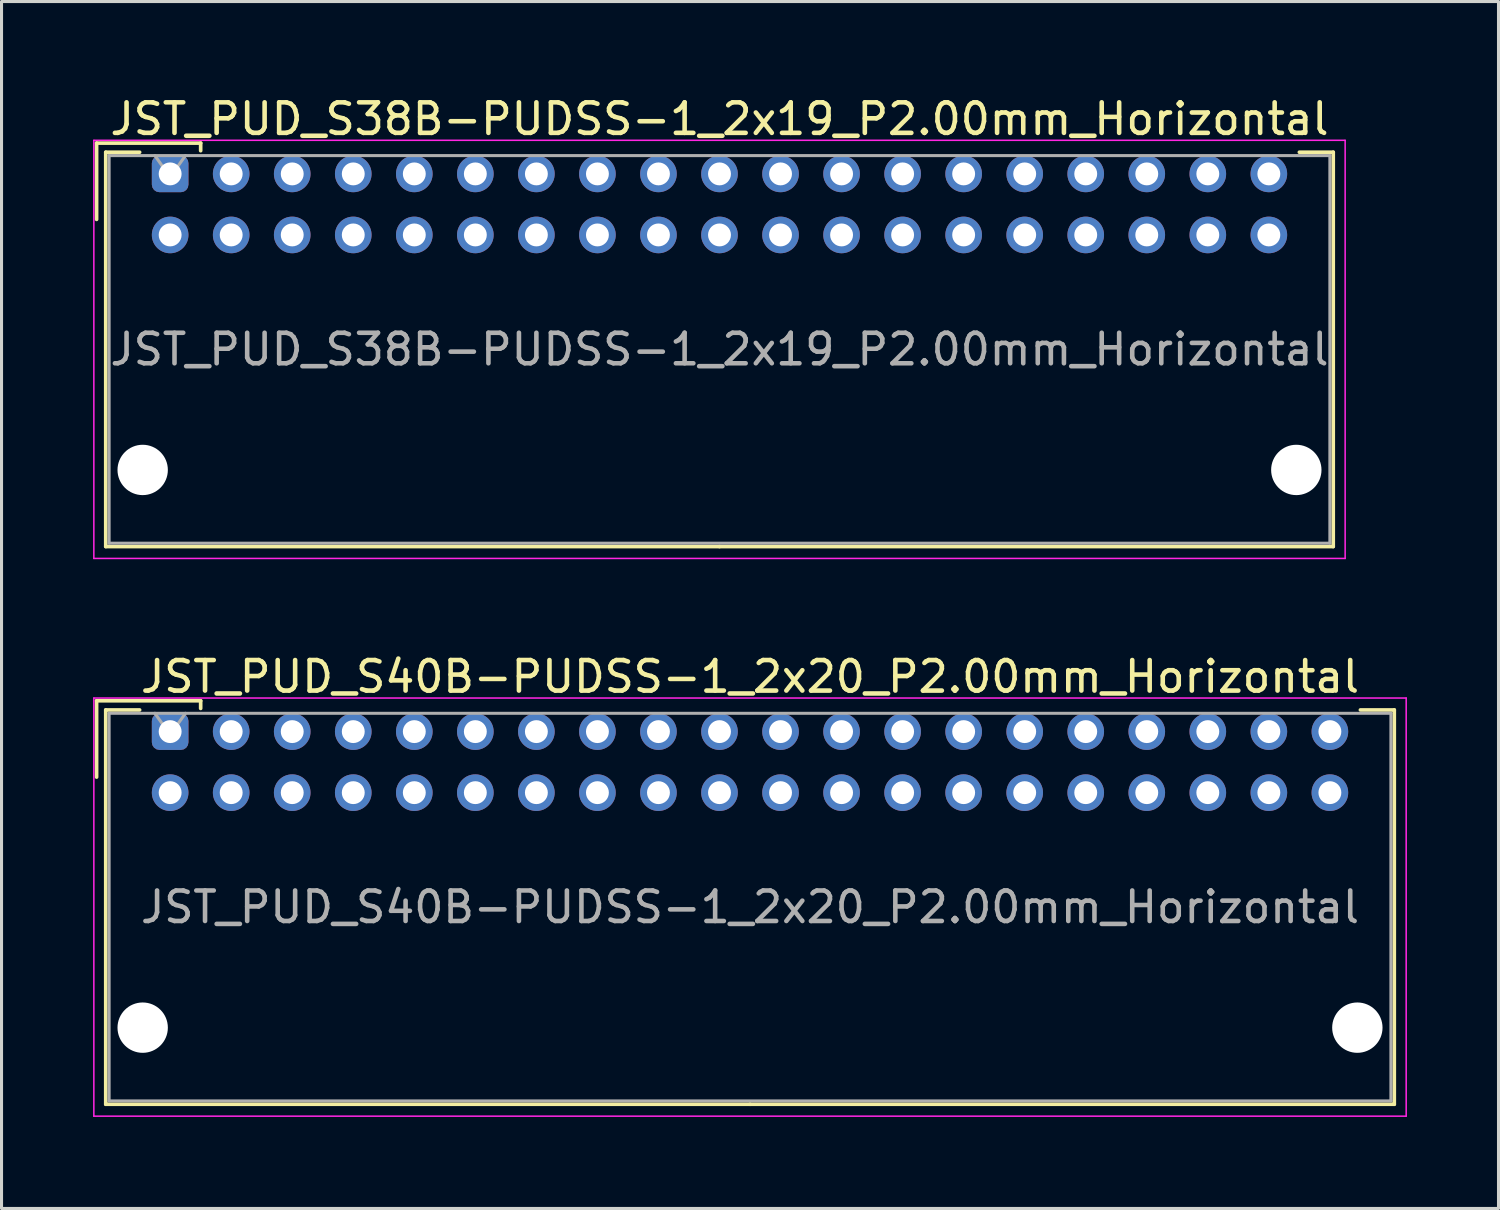
<source format=kicad_pcb>
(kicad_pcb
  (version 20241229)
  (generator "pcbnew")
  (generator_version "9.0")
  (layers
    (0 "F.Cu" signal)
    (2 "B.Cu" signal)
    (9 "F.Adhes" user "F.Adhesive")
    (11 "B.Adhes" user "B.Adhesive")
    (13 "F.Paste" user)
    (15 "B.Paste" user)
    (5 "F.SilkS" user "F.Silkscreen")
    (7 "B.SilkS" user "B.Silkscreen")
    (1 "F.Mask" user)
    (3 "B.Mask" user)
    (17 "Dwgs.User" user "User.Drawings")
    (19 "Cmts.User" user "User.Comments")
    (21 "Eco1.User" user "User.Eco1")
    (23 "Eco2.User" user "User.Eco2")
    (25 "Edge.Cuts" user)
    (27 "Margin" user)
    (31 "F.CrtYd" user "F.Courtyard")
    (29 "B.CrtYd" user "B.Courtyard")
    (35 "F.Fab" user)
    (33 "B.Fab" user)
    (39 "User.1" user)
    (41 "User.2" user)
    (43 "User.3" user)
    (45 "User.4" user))
  (footprint "JST_PUD_S40B-PUDSS-1_2x20_P2.00mm_Horizontal"
    (layer "F.Cu")
    (at 2.525 20.922)
    (property "Reference" "JST_PUD_S40B-PUDSS-1_2x20_P2.00mm_Horizontal" (at 19 -1.8 0) (layer "F.SilkS") (effects (font (size 1 1) (thickness 0.15))))
    (attr through_hole)
    (fp_line (start -2.41 -1.01) (end -2.41 1.49) (stroke (width 0.12) (type solid)) (layer "F.SilkS"))
    (fp_line (start -2.11 -0.71) (end -2.11 12.21) (stroke (width 0.12) (type solid)) (layer "F.SilkS"))
    (fp_line (start -2.11 12.21) (end 19 12.21) (stroke (width 0.12) (type solid)) (layer "F.SilkS"))
    (fp_line (start -1 -0.71) (end -2.11 -0.71) (stroke (width 0.12) (type solid)) (layer "F.SilkS"))
    (fp_line (start 1 -1.01) (end -2.41 -1.01) (stroke (width 0.12) (type solid)) (layer "F.SilkS"))
    (fp_line (start 1 -0.76) (end 1 -1.01) (stroke (width 0.12) (type solid)) (layer "F.SilkS"))
    (fp_line (start 39 -0.71) (end 40.11 -0.71) (stroke (width 0.12) (type solid)) (layer "F.SilkS"))
    (fp_line (start 40.11 -0.71) (end 40.11 12.21) (stroke (width 0.12) (type solid)) (layer "F.SilkS"))
    (fp_line (start 40.11 12.21) (end 19 12.21) (stroke (width 0.12) (type solid)) (layer "F.SilkS"))
    (fp_line (start -2.5 -1.1) (end -2.5 12.6) (stroke (width 0.05) (type solid)) (layer "F.CrtYd"))
    (fp_line (start -2.5 12.6) (end 40.5 12.6) (stroke (width 0.05) (type solid)) (layer "F.CrtYd"))
    (fp_line (start 40.5 -1.1) (end -2.5 -1.1) (stroke (width 0.05) (type solid)) (layer "F.CrtYd"))
    (fp_line (start 40.5 12.6) (end 40.5 -1.1) (stroke (width 0.05) (type solid)) (layer "F.CrtYd"))
    (fp_line (start -2 -0.6) (end -2 12.1) (stroke (width 0.1) (type solid)) (layer "F.Fab"))
    (fp_line (start -2 12.1) (end 40 12.1) (stroke (width 0.1) (type solid)) (layer "F.Fab"))
    (fp_line (start 0 0.107) (end -0.5 -0.6) (stroke (width 0.1) (type solid)) (layer "F.Fab"))
    (fp_line (start 0.5 -0.6) (end 0 0.107) (stroke (width 0.1) (type solid)) (layer "F.Fab"))
    (fp_line (start 40 -0.6) (end -2 -0.6) (stroke (width 0.1) (type solid)) (layer "F.Fab"))
    (fp_line (start 40 12.1) (end 40 -0.6) (stroke (width 0.1) (type solid)) (layer "F.Fab"))
    (fp_text user "${REFERENCE}" (at 19 5.75 0) (layer "F.Fab") (effects (font (size 1 1) (thickness 0.15))))
    (pad "" np_thru_hole circle (at -0.9 9.7) (size 1.65 1.65) (drill 1.65) (layers "*.Cu" "*.Mask"))
    (pad "" np_thru_hole circle (at 38.9 9.7) (size 1.65 1.65) (drill 1.65) (layers "*.Cu" "*.Mask"))
    (pad "1" thru_hole roundrect (at 0 0) (size 1.2 1.2) (drill 0.75) (layers "*.Cu" "*.Mask") (roundrect_rratio 0.208))
    (pad "2" thru_hole circle (at 0 2) (size 1.2 1.2) (drill 0.75) (layers "*.Cu" "*.Mask"))
    (pad "3" thru_hole circle (at 2 0) (size 1.2 1.2) (drill 0.75) (layers "*.Cu" "*.Mask"))
    (pad "4" thru_hole circle (at 2 2) (size 1.2 1.2) (drill 0.75) (layers "*.Cu" "*.Mask"))
    (pad "5" thru_hole circle (at 4 0) (size 1.2 1.2) (drill 0.75) (layers "*.Cu" "*.Mask"))
    (pad "6" thru_hole circle (at 4 2) (size 1.2 1.2) (drill 0.75) (layers "*.Cu" "*.Mask"))
    (pad "7" thru_hole circle (at 6 0) (size 1.2 1.2) (drill 0.75) (layers "*.Cu" "*.Mask"))
    (pad "8" thru_hole circle (at 6 2) (size 1.2 1.2) (drill 0.75) (layers "*.Cu" "*.Mask"))
    (pad "9" thru_hole circle (at 8 0) (size 1.2 1.2) (drill 0.75) (layers "*.Cu" "*.Mask"))
    (pad "10" thru_hole circle (at 8 2) (size 1.2 1.2) (drill 0.75) (layers "*.Cu" "*.Mask"))
    (pad "11" thru_hole circle (at 10 0) (size 1.2 1.2) (drill 0.75) (layers "*.Cu" "*.Mask"))
    (pad "12" thru_hole circle (at 10 2) (size 1.2 1.2) (drill 0.75) (layers "*.Cu" "*.Mask"))
    (pad "13" thru_hole circle (at 12 0) (size 1.2 1.2) (drill 0.75) (layers "*.Cu" "*.Mask"))
    (pad "14" thru_hole circle (at 12 2) (size 1.2 1.2) (drill 0.75) (layers "*.Cu" "*.Mask"))
    (pad "15" thru_hole circle (at 14 0) (size 1.2 1.2) (drill 0.75) (layers "*.Cu" "*.Mask"))
    (pad "16" thru_hole circle (at 14 2) (size 1.2 1.2) (drill 0.75) (layers "*.Cu" "*.Mask"))
    (pad "17" thru_hole circle (at 16 0) (size 1.2 1.2) (drill 0.75) (layers "*.Cu" "*.Mask"))
    (pad "18" thru_hole circle (at 16 2) (size 1.2 1.2) (drill 0.75) (layers "*.Cu" "*.Mask"))
    (pad "19" thru_hole circle (at 18 0) (size 1.2 1.2) (drill 0.75) (layers "*.Cu" "*.Mask"))
    (pad "20" thru_hole circle (at 18 2) (size 1.2 1.2) (drill 0.75) (layers "*.Cu" "*.Mask"))
    (pad "21" thru_hole circle (at 20 0) (size 1.2 1.2) (drill 0.75) (layers "*.Cu" "*.Mask"))
    (pad "22" thru_hole circle (at 20 2) (size 1.2 1.2) (drill 0.75) (layers "*.Cu" "*.Mask"))
    (pad "23" thru_hole circle (at 22 0) (size 1.2 1.2) (drill 0.75) (layers "*.Cu" "*.Mask"))
    (pad "24" thru_hole circle (at 22 2) (size 1.2 1.2) (drill 0.75) (layers "*.Cu" "*.Mask"))
    (pad "25" thru_hole circle (at 24 0) (size 1.2 1.2) (drill 0.75) (layers "*.Cu" "*.Mask"))
    (pad "26" thru_hole circle (at 24 2) (size 1.2 1.2) (drill 0.75) (layers "*.Cu" "*.Mask"))
    (pad "27" thru_hole circle (at 26 0) (size 1.2 1.2) (drill 0.75) (layers "*.Cu" "*.Mask"))
    (pad "28" thru_hole circle (at 26 2) (size 1.2 1.2) (drill 0.75) (layers "*.Cu" "*.Mask"))
    (pad "29" thru_hole circle (at 28 0) (size 1.2 1.2) (drill 0.75) (layers "*.Cu" "*.Mask"))
    (pad "30" thru_hole circle (at 28 2) (size 1.2 1.2) (drill 0.75) (layers "*.Cu" "*.Mask"))
    (pad "31" thru_hole circle (at 30 0) (size 1.2 1.2) (drill 0.75) (layers "*.Cu" "*.Mask"))
    (pad "32" thru_hole circle (at 30 2) (size 1.2 1.2) (drill 0.75) (layers "*.Cu" "*.Mask"))
    (pad "33" thru_hole circle (at 32 0) (size 1.2 1.2) (drill 0.75) (layers "*.Cu" "*.Mask"))
    (pad "34" thru_hole circle (at 32 2) (size 1.2 1.2) (drill 0.75) (layers "*.Cu" "*.Mask"))
    (pad "35" thru_hole circle (at 34 0) (size 1.2 1.2) (drill 0.75) (layers "*.Cu" "*.Mask"))
    (pad "36" thru_hole circle (at 34 2) (size 1.2 1.2) (drill 0.75) (layers "*.Cu" "*.Mask"))
    (pad "37" thru_hole circle (at 36 0) (size 1.2 1.2) (drill 0.75) (layers "*.Cu" "*.Mask"))
    (pad "38" thru_hole circle (at 36 2) (size 1.2 1.2) (drill 0.75) (layers "*.Cu" "*.Mask"))
    (pad "39" thru_hole circle (at 38 0) (size 1.2 1.2) (drill 0.75) (layers "*.Cu" "*.Mask"))
    (pad "40" thru_hole circle (at 38 2) (size 1.2 1.2) (drill 0.75) (layers "*.Cu" "*.Mask")))
  (footprint "JST_PUD_S38B-PUDSS-1_2x19_P2.00mm_Horizontal"
    (layer "F.Cu")
    (at 2.525 2.648)
    (property "Reference" "JST_PUD_S38B-PUDSS-1_2x19_P2.00mm_Horizontal" (at 18 -1.8 0) (layer "F.SilkS") (effects (font (size 1 1) (thickness 0.15))))
    (attr through_hole)
    (fp_line (start -2.41 -1.01) (end -2.41 1.49) (stroke (width 0.12) (type solid)) (layer "F.SilkS"))
    (fp_line (start -2.11 -0.71) (end -2.11 12.21) (stroke (width 0.12) (type solid)) (layer "F.SilkS"))
    (fp_line (start -2.11 12.21) (end 18 12.21) (stroke (width 0.12) (type solid)) (layer "F.SilkS"))
    (fp_line (start -1 -0.71) (end -2.11 -0.71) (stroke (width 0.12) (type solid)) (layer "F.SilkS"))
    (fp_line (start 1 -1.01) (end -2.41 -1.01) (stroke (width 0.12) (type solid)) (layer "F.SilkS"))
    (fp_line (start 1 -0.76) (end 1 -1.01) (stroke (width 0.12) (type solid)) (layer "F.SilkS"))
    (fp_line (start 37 -0.71) (end 38.11 -0.71) (stroke (width 0.12) (type solid)) (layer "F.SilkS"))
    (fp_line (start 38.11 -0.71) (end 38.11 12.21) (stroke (width 0.12) (type solid)) (layer "F.SilkS"))
    (fp_line (start 38.11 12.21) (end 18 12.21) (stroke (width 0.12) (type solid)) (layer "F.SilkS"))
    (fp_line (start -2.5 -1.1) (end -2.5 12.6) (stroke (width 0.05) (type solid)) (layer "F.CrtYd"))
    (fp_line (start -2.5 12.6) (end 38.5 12.6) (stroke (width 0.05) (type solid)) (layer "F.CrtYd"))
    (fp_line (start 38.5 -1.1) (end -2.5 -1.1) (stroke (width 0.05) (type solid)) (layer "F.CrtYd"))
    (fp_line (start 38.5 12.6) (end 38.5 -1.1) (stroke (width 0.05) (type solid)) (layer "F.CrtYd"))
    (fp_line (start -2 -0.6) (end -2 12.1) (stroke (width 0.1) (type solid)) (layer "F.Fab"))
    (fp_line (start -2 12.1) (end 38 12.1) (stroke (width 0.1) (type solid)) (layer "F.Fab"))
    (fp_line (start 0 0.107) (end -0.5 -0.6) (stroke (width 0.1) (type solid)) (layer "F.Fab"))
    (fp_line (start 0.5 -0.6) (end 0 0.107) (stroke (width 0.1) (type solid)) (layer "F.Fab"))
    (fp_line (start 38 -0.6) (end -2 -0.6) (stroke (width 0.1) (type solid)) (layer "F.Fab"))
    (fp_line (start 38 12.1) (end 38 -0.6) (stroke (width 0.1) (type solid)) (layer "F.Fab"))
    (fp_text user "${REFERENCE}" (at 18 5.75 0) (layer "F.Fab") (effects (font (size 1 1) (thickness 0.15))))
    (pad "" np_thru_hole circle (at -0.9 9.7) (size 1.65 1.65) (drill 1.65) (layers "*.Cu" "*.Mask"))
    (pad "" np_thru_hole circle (at 36.9 9.7) (size 1.65 1.65) (drill 1.65) (layers "*.Cu" "*.Mask"))
    (pad "1" thru_hole roundrect (at 0 0) (size 1.2 1.2) (drill 0.75) (layers "*.Cu" "*.Mask") (roundrect_rratio 0.208))
    (pad "2" thru_hole circle (at 0 2) (size 1.2 1.2) (drill 0.75) (layers "*.Cu" "*.Mask"))
    (pad "3" thru_hole circle (at 2 0) (size 1.2 1.2) (drill 0.75) (layers "*.Cu" "*.Mask"))
    (pad "4" thru_hole circle (at 2 2) (size 1.2 1.2) (drill 0.75) (layers "*.Cu" "*.Mask"))
    (pad "5" thru_hole circle (at 4 0) (size 1.2 1.2) (drill 0.75) (layers "*.Cu" "*.Mask"))
    (pad "6" thru_hole circle (at 4 2) (size 1.2 1.2) (drill 0.75) (layers "*.Cu" "*.Mask"))
    (pad "7" thru_hole circle (at 6 0) (size 1.2 1.2) (drill 0.75) (layers "*.Cu" "*.Mask"))
    (pad "8" thru_hole circle (at 6 2) (size 1.2 1.2) (drill 0.75) (layers "*.Cu" "*.Mask"))
    (pad "9" thru_hole circle (at 8 0) (size 1.2 1.2) (drill 0.75) (layers "*.Cu" "*.Mask"))
    (pad "10" thru_hole circle (at 8 2) (size 1.2 1.2) (drill 0.75) (layers "*.Cu" "*.Mask"))
    (pad "11" thru_hole circle (at 10 0) (size 1.2 1.2) (drill 0.75) (layers "*.Cu" "*.Mask"))
    (pad "12" thru_hole circle (at 10 2) (size 1.2 1.2) (drill 0.75) (layers "*.Cu" "*.Mask"))
    (pad "13" thru_hole circle (at 12 0) (size 1.2 1.2) (drill 0.75) (layers "*.Cu" "*.Mask"))
    (pad "14" thru_hole circle (at 12 2) (size 1.2 1.2) (drill 0.75) (layers "*.Cu" "*.Mask"))
    (pad "15" thru_hole circle (at 14 0) (size 1.2 1.2) (drill 0.75) (layers "*.Cu" "*.Mask"))
    (pad "16" thru_hole circle (at 14 2) (size 1.2 1.2) (drill 0.75) (layers "*.Cu" "*.Mask"))
    (pad "17" thru_hole circle (at 16 0) (size 1.2 1.2) (drill 0.75) (layers "*.Cu" "*.Mask"))
    (pad "18" thru_hole circle (at 16 2) (size 1.2 1.2) (drill 0.75) (layers "*.Cu" "*.Mask"))
    (pad "19" thru_hole circle (at 18 0) (size 1.2 1.2) (drill 0.75) (layers "*.Cu" "*.Mask"))
    (pad "20" thru_hole circle (at 18 2) (size 1.2 1.2) (drill 0.75) (layers "*.Cu" "*.Mask"))
    (pad "21" thru_hole circle (at 20 0) (size 1.2 1.2) (drill 0.75) (layers "*.Cu" "*.Mask"))
    (pad "22" thru_hole circle (at 20 2) (size 1.2 1.2) (drill 0.75) (layers "*.Cu" "*.Mask"))
    (pad "23" thru_hole circle (at 22 0) (size 1.2 1.2) (drill 0.75) (layers "*.Cu" "*.Mask"))
    (pad "24" thru_hole circle (at 22 2) (size 1.2 1.2) (drill 0.75) (layers "*.Cu" "*.Mask"))
    (pad "25" thru_hole circle (at 24 0) (size 1.2 1.2) (drill 0.75) (layers "*.Cu" "*.Mask"))
    (pad "26" thru_hole circle (at 24 2) (size 1.2 1.2) (drill 0.75) (layers "*.Cu" "*.Mask"))
    (pad "27" thru_hole circle (at 26 0) (size 1.2 1.2) (drill 0.75) (layers "*.Cu" "*.Mask"))
    (pad "28" thru_hole circle (at 26 2) (size 1.2 1.2) (drill 0.75) (layers "*.Cu" "*.Mask"))
    (pad "29" thru_hole circle (at 28 0) (size 1.2 1.2) (drill 0.75) (layers "*.Cu" "*.Mask"))
    (pad "30" thru_hole circle (at 28 2) (size 1.2 1.2) (drill 0.75) (layers "*.Cu" "*.Mask"))
    (pad "31" thru_hole circle (at 30 0) (size 1.2 1.2) (drill 0.75) (layers "*.Cu" "*.Mask"))
    (pad "32" thru_hole circle (at 30 2) (size 1.2 1.2) (drill 0.75) (layers "*.Cu" "*.Mask"))
    (pad "33" thru_hole circle (at 32 0) (size 1.2 1.2) (drill 0.75) (layers "*.Cu" "*.Mask"))
    (pad "34" thru_hole circle (at 32 2) (size 1.2 1.2) (drill 0.75) (layers "*.Cu" "*.Mask"))
    (pad "35" thru_hole circle (at 34 0) (size 1.2 1.2) (drill 0.75) (layers "*.Cu" "*.Mask"))
    (pad "36" thru_hole circle (at 34 2) (size 1.2 1.2) (drill 0.75) (layers "*.Cu" "*.Mask"))
    (pad "37" thru_hole circle (at 36 0) (size 1.2 1.2) (drill 0.75) (layers "*.Cu" "*.Mask"))
    (pad "38" thru_hole circle (at 36 2) (size 1.2 1.2) (drill 0.75) (layers "*.Cu" "*.Mask")))
  (gr_rect
    (start -3 -3)
    (end 46.05 36.547)
    (stroke (width 0.1) (type default))
    (fill no)
    (layer "Edge.Cuts")))
</source>
